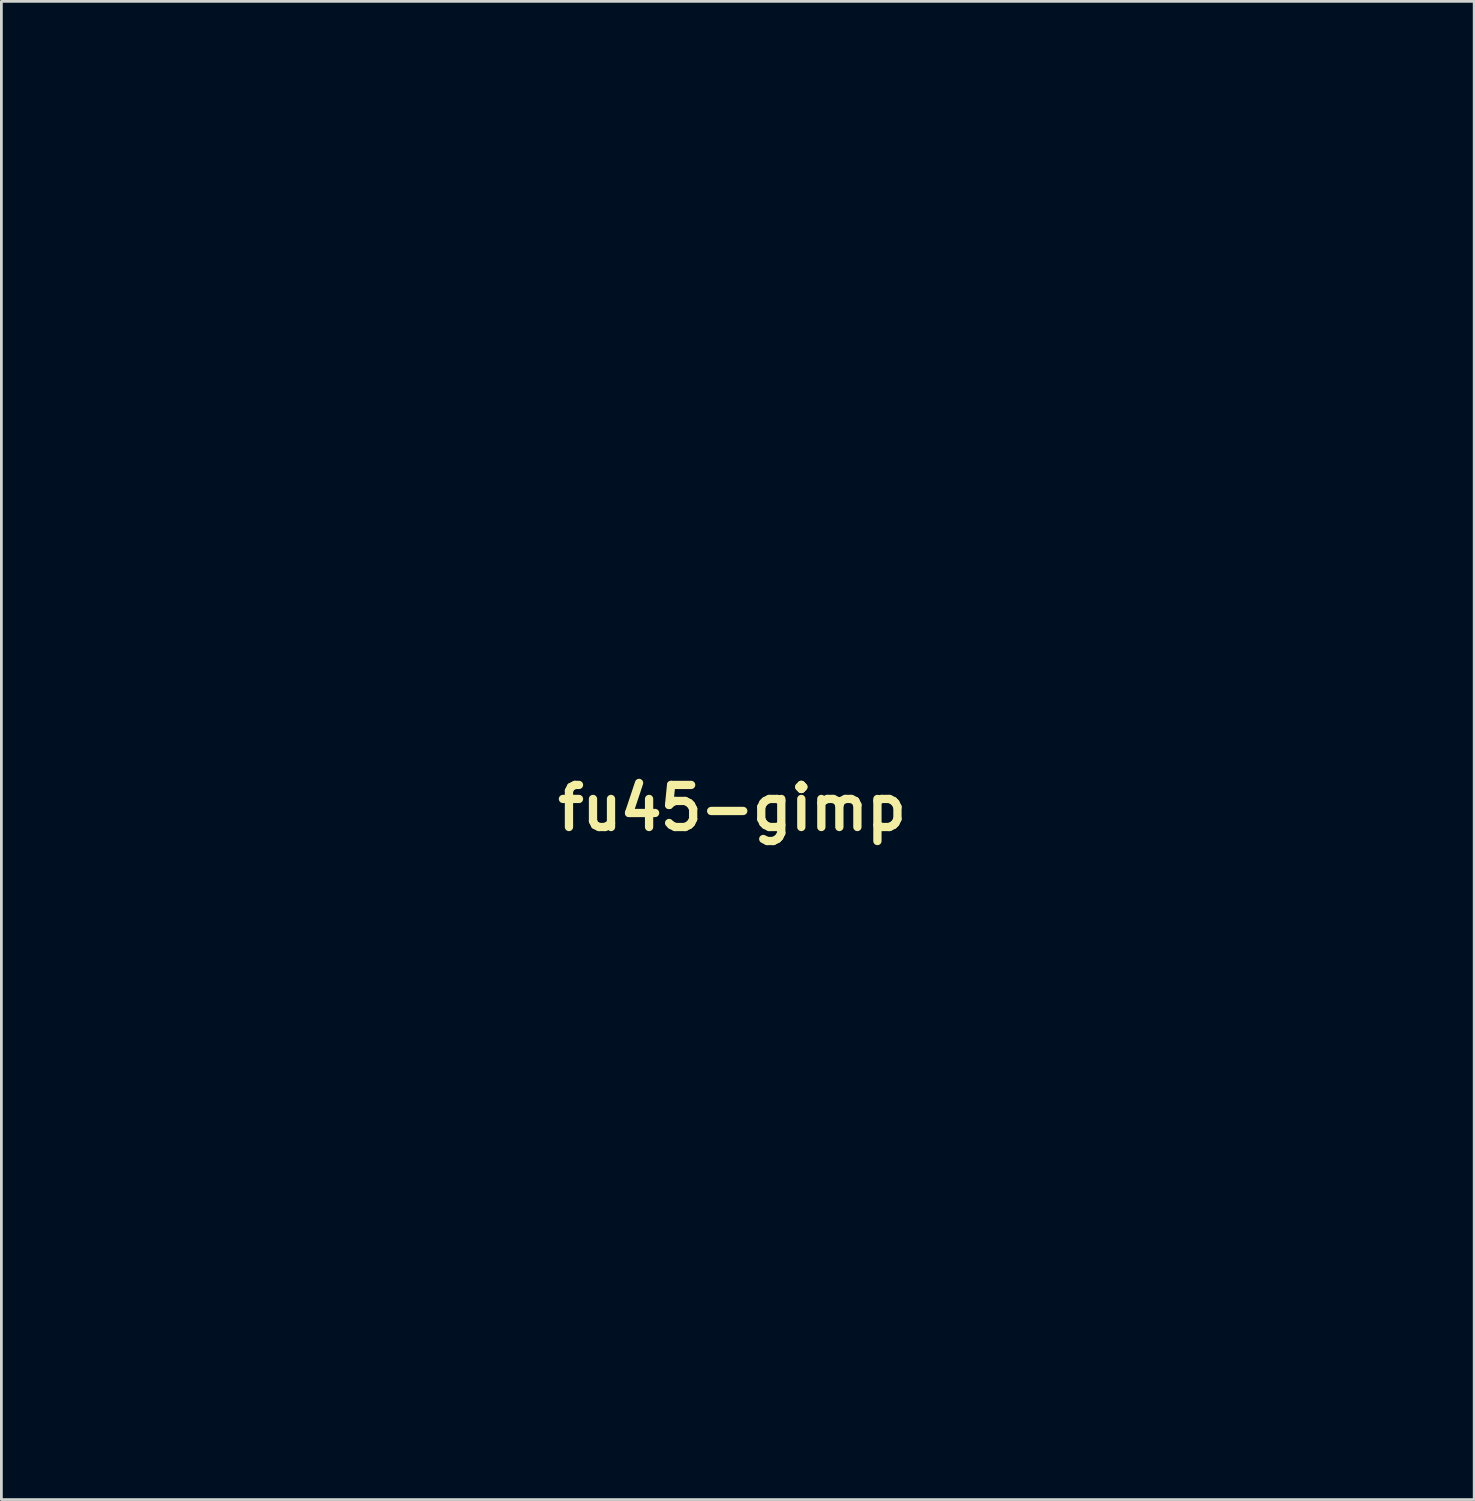
<source format=kicad_pcb>
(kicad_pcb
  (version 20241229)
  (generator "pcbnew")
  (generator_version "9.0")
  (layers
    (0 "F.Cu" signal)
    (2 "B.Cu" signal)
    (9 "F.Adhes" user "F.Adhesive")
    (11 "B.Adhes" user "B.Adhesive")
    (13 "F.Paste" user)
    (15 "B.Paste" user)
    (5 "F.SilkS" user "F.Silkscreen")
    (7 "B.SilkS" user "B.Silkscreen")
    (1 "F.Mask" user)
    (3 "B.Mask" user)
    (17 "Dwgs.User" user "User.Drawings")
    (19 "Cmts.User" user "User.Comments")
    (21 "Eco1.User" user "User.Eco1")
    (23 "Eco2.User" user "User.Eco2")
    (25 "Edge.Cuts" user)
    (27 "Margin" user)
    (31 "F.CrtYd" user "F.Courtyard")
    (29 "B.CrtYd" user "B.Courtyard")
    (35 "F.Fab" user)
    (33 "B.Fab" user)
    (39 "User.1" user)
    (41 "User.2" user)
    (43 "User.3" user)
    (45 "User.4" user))
  (footprint "fu45-gimp"
    (layer "F.Cu")
    (at 23.479 26.224)
    (property "Reference" "fu45-gimp" (at 0 0 0) (layer "F.SilkS") (effects (font (size 1.524 1.524) (thickness 0.3))))
    (attr through_hole)
    (fp_poly (pts (xy -17.568 -21.431) (xy -17.621 -21.378) (xy -17.674 -21.431) (xy -17.621 -21.484)) (stroke (width 0) (type solid)) (fill yes) (layer "F.Mask"))
    (fp_poly (pts (xy -16.828 -20.055) (xy -16.88 -20.003) (xy -16.933 -20.055) (xy -16.88 -20.108)) (stroke (width 0) (type solid)) (fill yes) (layer "F.Mask"))
    (fp_poly (pts (xy -16.828 -18.574) (xy -16.88 -18.521) (xy -16.933 -18.574) (xy -16.88 -18.627)) (stroke (width 0) (type solid)) (fill yes) (layer "F.Mask"))
    (fp_poly (pts (xy -15.24 -20.161) (xy -15.293 -20.108) (xy -15.346 -20.161) (xy -15.293 -20.214)) (stroke (width 0) (type solid)) (fill yes) (layer "F.Mask"))
    (fp_poly (pts (xy -13.229 -24.395) (xy -13.282 -24.342) (xy -13.335 -24.395) (xy -13.282 -24.448)) (stroke (width 0) (type solid)) (fill yes) (layer "F.Mask"))
    (fp_poly (pts (xy -11.324 -22.384) (xy -11.377 -22.331) (xy -11.43 -22.384) (xy -11.377 -22.437)) (stroke (width 0) (type solid)) (fill yes) (layer "F.Mask"))
    (fp_poly (pts (xy -22.366 -8.537) (xy -22.353 -8.412) (xy -22.366 -8.396) (xy -22.429 -8.411) (xy -22.437 -8.467) (xy -22.398 -8.554)) (stroke (width 0) (type solid)) (fill yes) (layer "F.Mask"))
    (fp_poly (pts (xy -22.364 5.589) (xy -22.352 5.755) (xy -22.373 5.792) (xy -22.421 5.761) (xy -22.428 5.653) (xy -22.402 5.54)) (stroke (width 0) (type solid)) (fill yes) (layer "F.Mask"))
    (fp_poly (pts (xy -22.26 -8.855) (xy -22.248 -8.729) (xy -22.26 -8.714) (xy -22.323 -8.728) (xy -22.331 -8.784) (xy -22.292 -8.871)) (stroke (width 0) (type solid)) (fill yes) (layer "F.Mask"))
    (fp_poly (pts (xy -20.673 -26.211) (xy -20.687 -26.148) (xy -20.743 -26.141) (xy -20.83 -26.18) (xy -20.814 -26.211) (xy -20.688 -26.224)) (stroke (width 0) (type solid)) (fill yes) (layer "F.Mask"))
    (fp_poly (pts (xy -15.699 -20.073) (xy -15.713 -20.01) (xy -15.769 -20.003) (xy -15.856 -20.041) (xy -15.84 -20.073) (xy -15.714 -20.086)) (stroke (width 0) (type solid)) (fill yes) (layer "F.Mask"))
    (fp_poly (pts (xy 23.883 -17.639) (xy 23.869 -17.576) (xy 23.812 -17.568) (xy 23.725 -17.607) (xy 23.742 -17.639) (xy 23.868 -17.652)) (stroke (width 0) (type solid)) (fill yes) (layer "F.Mask"))
    (fp_poly (pts (xy -23.314 -3.941) (xy -23.297 -3.665) (xy -23.316 -3.518) (xy -23.345 -3.493) (xy -23.361 -3.645) (xy -23.362 -3.757) (xy -23.352 -3.962) (xy -23.328 -3.993)) (stroke (width 0) (type solid)) (fill yes) (layer "F.Mask"))
    (fp_poly (pts (xy -12.51 1.349) (xy -12.541 2.17) (xy -13.414 2.2) (xy -14.287 2.231) (xy -14.287 8.784) (xy -15.981 8.784) (xy -15.981 2.223) (xy -17.674 2.223) (xy -17.674 0.529) (xy -12.479 0.529)) (stroke (width 0) (type solid)) (fill yes) (layer "F.Mask"))
    (fp_poly (pts (xy 22.855 2.9) (xy 22.856 3.07) (xy 22.832 3.305) (xy 22.789 3.534) (xy 22.751 3.651) (xy 22.702 3.712) (xy 22.7 3.567) (xy 22.721 3.387) (xy 22.766 3.092) (xy 22.808 2.9) (xy 22.822 2.866)) (stroke (width 0) (type solid)) (fill yes) (layer "F.Mask"))
    (fp_poly (pts (xy -23.387 -1.005) (xy -23.367 -0.327) (xy -23.351 0.276) (xy -23.34 0.773) (xy -23.335 1.134) (xy -23.335 1.327) (xy -23.337 1.352) (xy -23.358 1.272) (xy -23.392 1.034) (xy -23.427 0.728) (xy -23.45 0.39) (xy -23.467 -0.104) (xy -23.477 -0.698) (xy -23.479 -1.336) (xy -23.477 -1.629) (xy -23.459 -3.334)) (stroke (width 0) (type solid)) (fill yes) (layer "F.Mask"))
    (fp_poly (pts (xy -23.164 2.117) (xy -23.1 2.452) (xy -23 2.928) (xy -22.878 3.48) (xy -22.755 4.017) (xy -22.628 4.575) (xy -22.542 4.997) (xy -22.497 5.27) (xy -22.495 5.381) (xy -22.536 5.317) (xy -22.622 5.066) (xy -22.687 4.848) (xy -22.954 3.815) (xy -23.136 2.853) (xy -23.21 2.223) (xy -23.264 1.535)) (stroke (width 0) (type solid)) (fill yes) (layer "F.Mask"))
    (fp_poly (pts (xy -22.287 6.027) (xy -22.187 6.235) (xy -22.041 6.571) (xy -21.898 6.919) (xy -21.729 7.35) (xy -21.602 7.704) (xy -21.53 7.938) (xy -21.522 8.01) (xy -21.577 7.939) (xy -21.687 7.708) (xy -21.836 7.358) (xy -21.95 7.071) (xy -22.111 6.643) (xy -22.237 6.286) (xy -22.312 6.048) (xy -22.326 5.98)) (stroke (width 0) (type solid)) (fill yes) (layer "F.Mask"))
    (fp_poly (pts (xy -22.474 -8.092) (xy -22.485 -8.043) (xy -22.625 -7.45) (xy -22.771 -6.809) (xy -22.911 -6.177) (xy -23.034 -5.608) (xy -23.126 -5.158) (xy -23.162 -4.974) (xy -23.266 -4.392) (xy -23.213 -5.027) (xy -23.168 -5.388) (xy -23.088 -5.856) (xy -22.985 -6.382) (xy -22.869 -6.918) (xy -22.75 -7.413) (xy -22.641 -7.82) (xy -22.552 -8.088) (xy -22.522 -8.149) (xy -22.462 -8.215)) (stroke (width 0) (type solid)) (fill yes) (layer "F.Mask"))
    (fp_poly (pts (xy -10.288 -9.763) (xy -10.319 -8.837) (xy -12.677 -8.809) (xy -15.036 -8.78) (xy -15.006 -7.803) (xy -14.984 -7.325) (xy -14.95 -7.024) (xy -14.898 -6.865) (xy -14.82 -6.812) (xy -14.817 -6.812) (xy -14.665 -6.807) (xy -14.337 -6.801) (xy -13.87 -6.796) (xy -13.298 -6.79) (xy -12.657 -6.786) (xy -12.626 -6.786) (xy -10.595 -6.773) (xy -10.615 -5.847) (xy -10.636 -4.921) (xy -12.832 -4.893) (xy -15.028 -4.864) (xy -15.028 -1.27) (xy -17.357 -1.27) (xy -17.357 -10.689) (xy -10.258 -10.689)) (stroke (width 0) (type solid)) (fill yes) (layer "F.Mask"))
    (fp_poly (pts (xy 22.641 4.034) (xy 22.612 4.279) (xy 22.521 4.664) (xy 22.378 5.158) (xy 22.196 5.728) (xy 21.987 6.34) (xy 21.763 6.963) (xy 21.535 7.563) (xy 21.316 8.107) (xy 21.118 8.563) (xy 20.952 8.898) (xy 20.83 9.079) (xy 20.791 9.102) (xy 20.796 9.021) (xy 20.879 8.824) (xy 20.886 8.811) (xy 21.036 8.488) (xy 21.232 8.027) (xy 21.451 7.485) (xy 21.669 6.923) (xy 21.865 6.398) (xy 22.015 5.97) (xy 22.077 5.768) (xy 22.275 5.069) (xy 22.434 4.539) (xy 22.55 4.187) (xy 22.62 4.022)) (stroke (width 0) (type solid)) (fill yes) (layer "F.Mask"))
    (fp_poly (pts (xy 22.691 -6.66) (xy 22.733 -6.537) (xy 22.802 -6.25) (xy 22.889 -5.839) (xy 22.984 -5.348) (xy 22.987 -5.337) (xy 23.061 -4.914) (xy 23.117 -4.52) (xy 23.158 -4.118) (xy 23.187 -3.67) (xy 23.204 -3.137) (xy 23.212 -2.482) (xy 23.213 -1.668) (xy 23.212 -1.323) (xy 23.206 -0.359) (xy 23.191 0.419) (xy 23.168 1.035) (xy 23.134 1.517) (xy 23.089 1.888) (xy 23.045 2.117) (xy 22.964 2.442) (xy 22.902 2.647) (xy 22.873 2.69) (xy 22.873 2.687) (xy 22.88 2.544) (xy 22.908 2.232) (xy 22.954 1.794) (xy 23.012 1.271) (xy 23.032 1.1) (xy 23.157 -0.73) (xy 23.123 -2.691) (xy 22.928 -4.787) (xy 22.693 -6.35) (xy 22.667 -6.575) (xy 22.681 -6.664)) (stroke (width 0) (type solid)) (fill yes) (layer "F.Mask"))
    (fp_poly (pts (xy -4.002 0.551) (xy -3.122 0.582) (xy -3.065 3.704) (xy -3.05 4.494) (xy -3.035 5.213) (xy -3.02 5.833) (xy -3.007 6.329) (xy -2.996 6.674) (xy -2.988 6.842) (xy -2.986 6.854) (xy -2.89 6.922) (xy -2.68 7.055) (xy -2.619 7.092) (xy -2.125 7.275) (xy -1.588 7.271) (xy -1.325 7.197) (xy -1.165 7.121) (xy -1.037 7.01) (xy -0.938 6.842) (xy -0.863 6.597) (xy -0.81 6.25) (xy -0.774 5.78) (xy -0.753 5.164) (xy -0.743 4.381) (xy -0.741 3.439) (xy -0.741 0.521) (xy 0.132 0.551) (xy 1.005 0.582) (xy 1.001 3.598) (xy 0.998 4.482) (xy 0.994 5.182) (xy 0.985 5.726) (xy 0.97 6.142) (xy 0.947 6.457) (xy 0.914 6.699) (xy 0.869 6.896) (xy 0.811 7.076) (xy 0.758 7.213) (xy 0.395 7.861) (xy -0.112 8.374) (xy -0.733 8.74) (xy -1.439 8.946) (xy -2.202 8.979) (xy -2.967 8.833) (xy -3.563 8.547) (xy -4.088 8.097) (xy -4.491 7.531) (xy -4.562 7.386) (xy -4.635 7.219) (xy -4.692 7.057) (xy -4.737 6.873) (xy -4.77 6.64) (xy -4.795 6.333) (xy -4.813 5.924) (xy -4.827 5.388) (xy -4.837 4.696) (xy -4.847 3.824) (xy -4.849 3.673) (xy -4.883 0.52)) (stroke (width 0) (type solid)) (fill yes) (layer "F.Mask"))
    (fp_poly (pts (xy 13.626 0.64) (xy 14.455 0.648) (xy 15.103 0.671) (xy 15.6 0.715) (xy 15.978 0.784) (xy 16.267 0.883) (xy 16.498 1.017) (xy 16.634 1.128) (xy 16.966 1.56) (xy 17.19 2.127) (xy 17.304 2.782) (xy 17.304 3.476) (xy 17.187 4.16) (xy 16.952 4.787) (xy 16.848 4.974) (xy 16.555 5.366) (xy 16.21 5.649) (xy 15.774 5.84) (xy 15.207 5.956) (xy 14.478 6.013) (xy 13.335 6.06) (xy 13.335 8.784) (xy 12.559 8.784) (xy 12.172 8.775) (xy 11.872 8.751) (xy 11.718 8.718) (xy 11.712 8.714) (xy 11.696 8.595) (xy 11.682 8.289) (xy 11.669 7.818) (xy 11.658 7.207) (xy 11.65 6.477) (xy 11.644 5.655) (xy 11.642 4.762) (xy 11.642 4.639) (xy 11.642 4.573) (xy 13.335 4.573) (xy 14.179 4.535) (xy 14.631 4.505) (xy 14.929 4.454) (xy 15.127 4.369) (xy 15.261 4.26) (xy 15.4 4.073) (xy 15.484 3.818) (xy 15.53 3.431) (xy 15.538 3.3) (xy 15.552 2.899) (xy 15.528 2.639) (xy 15.451 2.449) (xy 15.314 2.269) (xy 15.164 2.114) (xy 15.005 2.018) (xy 14.777 1.964) (xy 14.424 1.933) (xy 14.192 1.922) (xy 13.335 1.883) (xy 13.335 4.573) (xy 11.642 4.573) (xy 11.642 0.635)) (stroke (width 0) (type solid)) (fill yes) (layer "F.Mask"))
    (fp_poly (pts (xy 11.324 -8.821) (xy 11.325 -8.154) (xy 11.33 -7.672) (xy 11.341 -7.352) (xy 11.362 -7.166) (xy 11.396 -7.09) (xy 11.444 -7.097) (xy 11.509 -7.162) (xy 11.634 -7.302) (xy 11.874 -7.574) (xy 12.207 -7.949) (xy 12.608 -8.402) (xy 13.052 -8.904) (xy 13.164 -9.03) (xy 14.634 -10.689) (xy 17.473 -10.689) (xy 15.923 -9.022) (xy 15.463 -8.524) (xy 15.053 -8.074) (xy 14.713 -7.697) (xy 14.468 -7.416) (xy 14.337 -7.256) (xy 14.323 -7.233) (xy 14.345 -7.076) (xy 14.459 -6.824) (xy 14.531 -6.703) (xy 14.706 -6.421) (xy 14.951 -6.016) (xy 15.25 -5.517) (xy 15.585 -4.95) (xy 15.942 -4.345) (xy 16.304 -3.728) (xy 16.654 -3.126) (xy 16.977 -2.569) (xy 17.257 -2.082) (xy 17.477 -1.694) (xy 17.622 -1.433) (xy 17.674 -1.325) (xy 17.674 -1.325) (xy 17.575 -1.304) (xy 17.304 -1.287) (xy 16.902 -1.275) (xy 16.409 -1.27) (xy 16.353 -1.27) (xy 15.032 -1.27) (xy 14.753 -1.82) (xy 14.549 -2.206) (xy 14.336 -2.581) (xy 14.236 -2.746) (xy 14.091 -2.985) (xy 13.874 -3.358) (xy 13.612 -3.814) (xy 13.336 -4.303) (xy 13.334 -4.308) (xy 12.67 -5.495) (xy 11.333 -4.075) (xy 11.329 -2.672) (xy 11.324 -1.27) (xy 9.207 -1.27) (xy 9.207 -10.689) (xy 11.324 -10.689)) (stroke (width 0) (type solid)) (fill yes) (layer "F.Mask"))
    (fp_poly (pts (xy -7.197 -7.22) (xy -7.196 -6.229) (xy -7.193 -5.426) (xy -7.182 -4.792) (xy -7.162 -4.301) (xy -7.128 -3.934) (xy -7.077 -3.667) (xy -7.006 -3.479) (xy -6.91 -3.346) (xy -6.788 -3.247) (xy -6.634 -3.16) (xy -6.56 -3.121) (xy -6.242 -3.025) (xy -5.806 -2.975) (xy -5.335 -2.973) (xy -4.914 -3.02) (xy -4.662 -3.097) (xy -4.439 -3.275) (xy -4.22 -3.545) (xy -4.186 -3.599) (xy -4.126 -3.712) (xy -4.077 -3.841) (xy -4.039 -4.009) (xy -4.009 -4.24) (xy -3.986 -4.558) (xy -3.969 -4.988) (xy -3.956 -5.554) (xy -3.945 -6.28) (xy -3.934 -7.189) (xy -3.932 -7.329) (xy -3.896 -10.689) (xy -1.587 -10.689) (xy -1.591 -7.752) (xy -1.595 -6.942) (xy -1.605 -6.165) (xy -1.621 -5.455) (xy -1.64 -4.851) (xy -1.662 -4.387) (xy -1.686 -4.109) (xy -1.88 -3.259) (xy -2.23 -2.549) (xy -2.739 -1.974) (xy -3.411 -1.531) (xy -4.251 -1.215) (xy -4.729 -1.104) (xy -5.2 -1.019) (xy -5.55 -0.978) (xy -5.865 -0.979) (xy -6.23 -1.021) (xy -6.557 -1.073) (xy -7.375 -1.29) (xy -8.098 -1.643) (xy -8.693 -2.11) (xy -9.126 -2.671) (xy -9.184 -2.78) (xy -9.304 -3.046) (xy -9.402 -3.329) (xy -9.478 -3.654) (xy -9.536 -4.046) (xy -9.577 -4.532) (xy -9.605 -5.135) (xy -9.622 -5.882) (xy -9.63 -6.798) (xy -9.631 -7.529) (xy -9.631 -10.689) (xy -7.197 -10.689)) (stroke (width 0) (type solid)) (fill yes) (layer "F.Mask"))
    (fp_poly (pts (xy -9.71 0.548) (xy -8.929 0.565) (xy -8.326 0.591) (xy -7.869 0.633) (xy -7.525 0.698) (xy -7.261 0.793) (xy -7.043 0.924) (xy -6.839 1.1) (xy -6.772 1.165) (xy -6.456 1.607) (xy -6.22 2.186) (xy -6.078 2.838) (xy -6.044 3.5) (xy -6.13 4.101) (xy -6.271 4.424) (xy -6.506 4.782) (xy -6.784 5.109) (xy -7.055 5.345) (xy -7.191 5.416) (xy -7.254 5.451) (xy -7.278 5.523) (xy -7.255 5.656) (xy -7.176 5.878) (xy -7.031 6.212) (xy -6.81 6.684) (xy -6.506 7.319) (xy -6.489 7.355) (xy -6.272 7.816) (xy -6.094 8.213) (xy -5.973 8.506) (xy -5.927 8.651) (xy -5.927 8.652) (xy -5.997 8.722) (xy -6.221 8.764) (xy -6.624 8.783) (xy -6.833 8.784) (xy -7.739 8.784) (xy -8.032 8.123) (xy -8.225 7.688) (xy -8.455 7.167) (xy -8.674 6.669) (xy -8.687 6.641) (xy -9.049 5.821) (xy -9.496 5.821) (xy -9.942 5.821) (xy -9.972 7.276) (xy -10.001 8.731) (xy -10.8 8.762) (xy -11.193 8.767) (xy -11.5 8.754) (xy -11.664 8.724) (xy -11.673 8.718) (xy -11.69 8.599) (xy -11.705 8.291) (xy -11.718 7.819) (xy -11.73 7.206) (xy -11.739 6.474) (xy -11.745 5.648) (xy -11.747 4.751) (xy -11.748 4.578) (xy -11.748 4.362) (xy -9.948 4.362) (xy -9.091 4.323) (xy -8.648 4.295) (xy -8.363 4.251) (xy -8.182 4.177) (xy -8.052 4.058) (xy -8.036 4.039) (xy -7.806 3.598) (xy -7.77 3.107) (xy -7.9 2.677) (xy -8.096 2.275) (xy -9.022 2.245) (xy -9.948 2.214) (xy -9.948 4.362) (xy -11.748 4.362) (xy -11.748 0.513)) (stroke (width 0) (type solid)) (fill yes) (layer "F.Mask"))
    (fp_poly (pts (xy 4.278 0.533) (xy 4.632 0.547) (xy 4.848 0.577) (xy 4.962 0.629) (xy 5.011 0.708) (xy 5.013 0.714) (xy 5.076 0.955) (xy 5.178 1.382) (xy 5.321 2.002) (xy 5.506 2.819) (xy 5.716 3.757) (xy 5.842 4.324) (xy 5.959 4.846) (xy 6.055 5.276) (xy 6.12 5.562) (xy 6.13 5.609) (xy 6.198 5.821) (xy 6.258 5.847) (xy 6.271 5.821) (xy 6.316 5.655) (xy 6.399 5.316) (xy 6.512 4.834) (xy 6.648 4.243) (xy 6.799 3.575) (xy 6.958 2.862) (xy 7.118 2.138) (xy 7.211 1.709) (xy 7.327 1.227) (xy 7.442 0.849) (xy 7.541 0.614) (xy 7.59 0.559) (xy 7.752 0.543) (xy 8.071 0.544) (xy 8.491 0.563) (xy 8.734 0.58) (xy 9.737 0.655) (xy 9.737 8.784) (xy 8.361 8.784) (xy 8.351 5.9) (xy 8.347 4.993) (xy 8.34 4.293) (xy 8.325 3.798) (xy 8.299 3.502) (xy 8.258 3.402) (xy 8.198 3.494) (xy 8.116 3.774) (xy 8.008 4.239) (xy 7.87 4.884) (xy 7.782 5.304) (xy 7.656 5.896) (xy 7.519 6.513) (xy 7.392 7.068) (xy 7.32 7.368) (xy 7.213 7.803) (xy 7.118 8.192) (xy 7.054 8.463) (xy 7.047 8.493) (xy 7.002 8.645) (xy 6.92 8.732) (xy 6.75 8.772) (xy 6.441 8.784) (xy 6.239 8.784) (xy 5.781 8.766) (xy 5.524 8.712) (xy 5.459 8.652) (xy 5.424 8.507) (xy 5.348 8.188) (xy 5.24 7.727) (xy 5.107 7.154) (xy 4.956 6.503) (xy 4.794 5.804) (xy 4.63 5.091) (xy 4.469 4.393) (xy 4.321 3.745) (xy 4.312 3.704) (xy 4.058 2.593) (xy 4.108 5.689) (xy 4.157 8.784) (xy 2.54 8.784) (xy 2.54 0.529) (xy 3.75 0.529)) (stroke (width 0) (type solid)) (fill yes) (layer "F.Mask"))
    (fp_poly (pts (xy 4.72 -10.96) (xy 5.59 -10.781) (xy 6.411 -10.423) (xy 7.151 -9.888) (xy 7.163 -9.877) (xy 7.478 -9.552) (xy 7.755 -9.199) (xy 7.955 -8.873) (xy 8.042 -8.629) (xy 8.043 -8.611) (xy 7.954 -8.508) (xy 7.723 -8.35) (xy 7.402 -8.162) (xy 7.042 -7.974) (xy 6.696 -7.81) (xy 6.417 -7.7) (xy 6.255 -7.669) (xy 6.243 -7.673) (xy 6.143 -7.827) (xy 6.138 -7.869) (xy 6.054 -8.056) (xy 5.836 -8.301) (xy 5.535 -8.562) (xy 5.204 -8.795) (xy 4.894 -8.956) (xy 4.794 -8.99) (xy 4.192 -9.045) (xy 3.615 -8.9) (xy 3.104 -8.569) (xy 3.018 -8.486) (xy 2.721 -8.151) (xy 2.512 -7.826) (xy 2.375 -7.461) (xy 2.294 -7.007) (xy 2.251 -6.411) (xy 2.241 -6.125) (xy 2.23 -5.567) (xy 2.238 -5.166) (xy 2.273 -4.864) (xy 2.339 -4.608) (xy 2.438 -4.353) (xy 2.687 -3.914) (xy 3.024 -3.508) (xy 3.393 -3.189) (xy 3.744 -3.01) (xy 3.759 -3.006) (xy 4.019 -2.976) (xy 4.388 -2.974) (xy 4.625 -2.987) (xy 4.96 -3.028) (xy 5.201 -3.108) (xy 5.424 -3.268) (xy 5.706 -3.548) (xy 5.714 -3.556) (xy 5.973 -3.841) (xy 6.169 -4.082) (xy 6.258 -4.221) (xy 6.331 -4.268) (xy 6.511 -4.226) (xy 6.824 -4.086) (xy 7.148 -3.918) (xy 7.531 -3.71) (xy 7.842 -3.536) (xy 8.033 -3.422) (xy 8.068 -3.397) (xy 8.06 -3.274) (xy 7.942 -3.043) (xy 7.746 -2.749) (xy 7.506 -2.441) (xy 7.255 -2.164) (xy 7.071 -1.998) (xy 6.25 -1.492) (xy 5.309 -1.155) (xy 5.095 -1.105) (xy 4.607 -1.011) (xy 4.227 -0.973) (xy 3.864 -0.991) (xy 3.428 -1.065) (xy 3.202 -1.113) (xy 2.302 -1.408) (xy 1.527 -1.871) (xy 0.887 -2.495) (xy 0.39 -3.272) (xy 0.319 -3.423) (xy -0.027 -4.416) (xy -0.198 -5.438) (xy -0.197 -6.457) (xy -0.03 -7.444) (xy 0.298 -8.369) (xy 0.782 -9.2) (xy 1.402 -9.894) (xy 2.143 -10.428) (xy 2.964 -10.784) (xy 3.834 -10.961)) (stroke (width 0) (type solid)) (fill yes) (layer "F.Mask"))
    (fp_poly (pts (xy -21.401 8.268) (xy -21.268 8.493) (xy -21.083 8.833) (xy -20.913 9.16) (xy -20.403 10.16) (xy 20.172 10.16) (xy 20.41 9.671) (xy 20.553 9.406) (xy 20.663 9.253) (xy 20.702 9.237) (xy 20.688 9.353) (xy 20.595 9.597) (xy 20.482 9.836) (xy 20.343 10.147) (xy 20.269 10.387) (xy 20.27 10.481) (xy 20.247 10.572) (xy 20.188 10.583) (xy 20.065 10.667) (xy 19.87 10.887) (xy 19.638 11.203) (xy 19.575 11.298) (xy 18.25 13.154) (xy 16.831 14.822) (xy 15.318 16.299) (xy 13.711 17.588) (xy 12.776 18.224) (xy 12.469 18.412) (xy 12.071 18.647) (xy 11.622 18.905) (xy 11.16 19.165) (xy 10.724 19.405) (xy 10.354 19.604) (xy 10.087 19.74) (xy 9.964 19.791) (xy 9.964 19.791) (xy 9.833 19.834) (xy 9.569 19.947) (xy 9.228 20.107) (xy 9.217 20.112) (xy 8.301 20.505) (xy 7.221 20.881) (xy 6.024 21.228) (xy 4.757 21.533) (xy 3.466 21.783) (xy 2.963 21.863) (xy 2.244 21.945) (xy 1.384 22.007) (xy 0.451 22.044) (xy -0.483 22.057) (xy -1.351 22.042) (xy -2.064 22) (xy -2.595 21.944) (xy -3.2 21.865) (xy -3.825 21.774) (xy -4.415 21.678) (xy -4.918 21.586) (xy -5.278 21.505) (xy -5.345 21.487) (xy -5.598 21.414) (xy -5.982 21.307) (xy -6.421 21.188) (xy -6.509 21.164) (xy -7.754 20.789) (xy -8.913 20.356) (xy -9.496 20.1) (xy -9.832 19.946) (xy -10.086 19.835) (xy -10.205 19.791) (xy -10.205 19.791) (xy -10.314 19.74) (xy -10.552 19.608) (xy -10.868 19.421) (xy -10.869 19.421) (xy -11.202 19.232) (xy -11.477 19.099) (xy -11.629 19.05) (xy -11.789 18.992) (xy -12.052 18.84) (xy -12.291 18.68) (xy -12.577 18.482) (xy -12.793 18.348) (xy -12.88 18.309) (xy -13.023 18.247) (xy -13.293 18.077) (xy -13.653 17.825) (xy -14.064 17.518) (xy -14.404 17.251) (xy -14.779 16.95) (xy -15.158 16.645) (xy -15.418 16.436) (xy -15.976 15.944) (xy -16.609 15.318) (xy -17.279 14.6) (xy -17.45 14.402) (xy -9.026 14.402) (xy -8.349 14.89) (xy -8.027 15.122) (xy -7.777 15.304) (xy -7.644 15.401) (xy -7.635 15.408) (xy -7.646 15.516) (xy -7.714 15.769) (xy -7.82 16.101) (xy -7.971 16.596) (xy -8.038 16.929) (xy -8.019 17.09) (xy -7.913 17.068) (xy -7.911 17.067) (xy -7.758 16.949) (xy -7.5 16.752) (xy -7.268 16.577) (xy -6.979 16.372) (xy -6.752 16.233) (xy -6.651 16.192) (xy -6.522 16.253) (xy -6.276 16.413) (xy -5.964 16.641) (xy -5.912 16.68) (xy -5.604 16.907) (xy -5.366 17.064) (xy -5.24 17.123) (xy -5.233 17.121) (xy -5.242 17.006) (xy -5.31 16.744) (xy -5.421 16.386) (xy -5.451 16.298) (xy -5.576 15.927) (xy -5.669 15.643) (xy -5.713 15.498) (xy -5.715 15.49) (xy -5.637 15.416) (xy -5.428 15.248) (xy -5.129 15.016) (xy -5.011 14.926) (xy -4.378 14.446) (xy -2.064 14.446) (xy -1.403 14.922) (xy -1.091 15.154) (xy -0.895 15.341) (xy -0.806 15.534) (xy -0.813 15.782) (xy -0.908 16.134) (xy -1.07 16.612) (xy -1.178 16.928) (xy -1.25 17.148) (xy -1.27 17.217) (xy -1.192 17.171) (xy -0.985 17.025) (xy -0.686 16.807) (xy -0.567 16.718) (xy -0.231 16.476) (xy 0.044 16.292) (xy 0.213 16.199) (xy 0.237 16.192) (xy 0.364 16.253) (xy 0.609 16.412) (xy 0.921 16.637) (xy 0.973 16.676) (xy 1.283 16.9) (xy 1.527 17.052) (xy 1.658 17.105) (xy 1.666 17.102) (xy 1.668 16.977) (xy 1.606 16.727) (xy 1.56 16.592) (xy 1.383 16.106) (xy 1.277 15.774) (xy 1.25 15.549) (xy 1.31 15.383) (xy 1.467 15.228) (xy 1.73 15.036) (xy 1.859 14.944) (xy 2.546 14.446) (xy 4.818 14.446) (xy 5.518 14.945) (xy 6.218 15.444) (xy 5.966 16.211) (xy 5.821 16.667) (xy 5.741 16.954) (xy 5.718 17.103) (xy 5.744 17.145) (xy 5.835 17.086) (xy 6.052 16.931) (xy 6.35 16.711) (xy 6.405 16.67) (xy 6.722 16.44) (xy 6.975 16.271) (xy 7.116 16.195) (xy 7.125 16.194) (xy 7.246 16.251) (xy 7.491 16.403) (xy 7.811 16.621) (xy 7.892 16.678) (xy 8.208 16.893) (xy 8.445 17.036) (xy 8.564 17.083) (xy 8.571 17.075) (xy 8.541 16.935) (xy 8.463 16.655) (xy 8.359 16.315) (xy 8.251 15.952) (xy 8.176 15.659) (xy 8.149 15.51) (xy 8.23 15.389) (xy 8.445 15.191) (xy 8.75 14.955) (xy 8.811 14.911) (xy 9.472 14.446) (xy 8.678 14.415) (xy 8.281 14.386) (xy 7.963 14.34) (xy 7.788 14.285) (xy 7.779 14.278) (xy 7.697 14.133) (xy 7.575 13.842) (xy 7.435 13.462) (xy 7.399 13.357) (xy 7.125 12.541) (xy 6.881 13.361) (xy 6.752 13.758) (xy 6.628 14.078) (xy 6.532 14.263) (xy 6.515 14.282) (xy 6.355 14.335) (xy 6.047 14.382) (xy 5.654 14.413) (xy 5.606 14.415) (xy 4.818 14.446) (xy 2.546 14.446) (xy 0.809 14.34) (xy 0.557 13.509) (xy 0.433 13.138) (xy 0.324 12.871) (xy 0.248 12.75) (xy 0.232 12.75) (xy 0.164 12.88) (xy 0.051 13.154) (xy -0.083 13.519) (xy -0.106 13.582) (xy -0.37 14.34) (xy -1.217 14.393) (xy -2.064 14.446) (xy -4.378 14.446) (xy -4.308 14.393) (xy -5.091 14.392) (xy -5.492 14.379) (xy -5.819 14.348) (xy -6.006 14.305) (xy -6.015 14.301) (xy -6.109 14.163) (xy -6.233 13.875) (xy -6.365 13.492) (xy -6.4 13.376) (xy -6.523 12.999) (xy -6.626 12.758) (xy -6.696 12.684) (xy -6.709 12.7) (xy -6.771 12.875) (xy -6.876 13.187) (xy -7.002 13.57) (xy -7.011 13.6) (xy -7.25 14.34) (xy -8.138 14.371) (xy -9.026 14.402) (xy -17.45 14.402) (xy -17.946 13.833) (xy -18.573 13.062) (xy -19.121 12.33) (xy -19.404 11.915) (xy -19.743 11.382) (xy -20.091 10.81) (xy -20.432 10.23) (xy -20.75 9.67) (xy -21.028 9.16) (xy -21.251 8.729) (xy -21.402 8.408) (xy -21.464 8.224) (xy -21.46 8.196)) (stroke (width 0) (type solid)) (fill yes) (layer "F.Mask"))
    (fp_poly (pts (xy 0.617 -24.888) (xy 1.282 -24.877) (xy 1.83 -24.856) (xy 2.308 -24.82) (xy 2.764 -24.767) (xy 3.245 -24.693) (xy 3.651 -24.622) (xy 5.036 -24.341) (xy 6.349 -24.015) (xy 7.556 -23.653) (xy 8.624 -23.267) (xy 9.518 -22.865) (xy 9.63 -22.807) (xy 9.835 -22.701) (xy 10.176 -22.529) (xy 10.598 -22.316) (xy 10.901 -22.164) (xy 11.358 -21.928) (xy 11.779 -21.696) (xy 12.104 -21.502) (xy 12.234 -21.414) (xy 12.462 -21.255) (xy 12.616 -21.171) (xy 12.635 -21.167) (xy 12.78 -21.1) (xy 13.054 -20.916) (xy 13.429 -20.636) (xy 13.878 -20.285) (xy 14.373 -19.885) (xy 14.884 -19.459) (xy 15.383 -19.03) (xy 15.843 -18.621) (xy 16.236 -18.255) (xy 16.358 -18.135) (xy 16.722 -17.762) (xy 17.115 -17.342) (xy 17.504 -16.913) (xy 17.857 -16.511) (xy 18.14 -16.174) (xy 18.32 -15.939) (xy 18.353 -15.887) (xy 18.472 -15.714) (xy 18.522 -15.663) (xy 18.613 -15.556) (xy 18.789 -15.322) (xy 19.015 -15.006) (xy 19.06 -14.941) (xy 20.044 -13.389) (xy 20.934 -11.703) (xy 21.702 -9.947) (xy 22.319 -8.184) (xy 22.546 -7.379) (xy 22.632 -7.021) (xy 22.657 -6.849) (xy 22.631 -6.847) (xy 22.561 -7.001) (xy 22.458 -7.295) (xy 22.328 -7.714) (xy 22.3 -7.813) (xy 22.071 -8.546) (xy 21.79 -9.347) (xy 21.48 -10.157) (xy 21.163 -10.918) (xy 20.863 -11.572) (xy 20.677 -11.933) (xy 20.31 -12.594) (xy -20.585 -12.591) (xy -21.088 -11.561) (xy -21.342 -11.027) (xy -21.601 -10.458) (xy -21.826 -9.943) (xy -21.911 -9.737) (xy -22.047 -9.416) (xy -22.139 -9.233) (xy -22.173 -9.212) (xy -22.167 -9.26) (xy -22.075 -9.565) (xy -21.899 -10.018) (xy -21.657 -10.58) (xy -21.367 -11.214) (xy -21.048 -11.883) (xy -20.718 -12.547) (xy -20.393 -13.171) (xy -20.094 -13.715) (xy -19.837 -14.141) (xy -19.822 -14.165) (xy -19.096 -15.225) (xy -18.363 -16.186) (xy -17.579 -17.094) (xy -16.703 -17.997) (xy -16.653 -18.045) (xy -9.049 -18.045) (xy -8.414 -17.58) (xy -8.095 -17.345) (xy -7.844 -17.158) (xy -7.709 -17.054) (xy -7.703 -17.049) (xy -7.697 -16.924) (xy -7.749 -16.652) (xy -7.849 -16.286) (xy -7.879 -16.191) (xy -7.993 -15.815) (xy -8.07 -15.525) (xy -8.098 -15.374) (xy -8.096 -15.364) (xy -7.975 -15.381) (xy -7.735 -15.509) (xy -7.417 -15.725) (xy -7.126 -15.95) (xy -6.685 -16.31) (xy -5.962 -15.778) (xy -5.632 -15.548) (xy -5.374 -15.389) (xy -5.227 -15.327) (xy -5.209 -15.333) (xy -5.228 -15.468) (xy -5.307 -15.745) (xy -5.428 -16.11) (xy -5.455 -16.186) (xy -5.582 -16.553) (xy -5.668 -16.834) (xy -5.699 -16.977) (xy -5.697 -16.986) (xy -5.602 -17.06) (xy -5.379 -17.229) (xy -5.072 -17.459) (xy -4.974 -17.532) (xy -4.286 -18.045) (xy -2.17 -18.045) (xy -1.455 -17.533) (xy -1.128 -17.29) (xy -0.879 -17.091) (xy -0.751 -16.968) (xy -0.742 -16.951) (xy -0.773 -16.815) (xy -0.851 -16.542) (xy -0.956 -16.198) (xy -1.069 -15.847) (xy -1.168 -15.553) (xy -1.221 -15.412) (xy -1.264 -15.286) (xy -1.216 -15.277) (xy -1.036 -15.383) (xy -0.995 -15.408) (xy -0.727 -15.588) (xy -0.392 -15.826) (xy -0.224 -15.95) (xy 0.239 -16.296) (xy 0.516 -16.083) (xy 0.965 -15.747) (xy 1.326 -15.496) (xy 1.575 -15.345) (xy 1.689 -15.308) (xy 1.693 -15.318) (xy 1.662 -15.455) (xy 1.58 -15.736) (xy 1.464 -16.105) (xy 1.441 -16.175) (xy 1.189 -16.944) (xy 1.559 -17.23) (xy 1.885 -17.484) (xy 2.208 -17.741) (xy 2.256 -17.78) (xy 2.544 -18.014) (xy 4.869 -18.014) (xy 4.949 -17.92) (xy 5.16 -17.74) (xy 5.457 -17.511) (xy 5.504 -17.477) (xy 5.812 -17.236) (xy 6.037 -17.029) (xy 6.137 -16.895) (xy 6.138 -16.885) (xy 6.106 -16.721) (xy 6.021 -16.428) (xy 5.927 -16.14) (xy 5.793 -15.735) (xy 5.729 -15.491) (xy 5.728 -15.374) (xy 5.775 -15.346) (xy 5.884 -15.403) (xy 6.118 -15.555) (xy 6.43 -15.77) (xy 6.497 -15.818) (xy 7.159 -16.29) (xy 7.786 -15.819) (xy 8.183 -15.528) (xy 8.43 -15.378) (xy 8.546 -15.377) (xy 8.548 -15.537) (xy 8.453 -15.866) (xy 8.361 -16.14) (xy 8.248 -16.487) (xy 8.171 -16.764) (xy 8.149 -16.888) (xy 8.229 -17.011) (xy 8.441 -17.212) (xy 8.741 -17.451) (xy 8.781 -17.48) (xy 9.088 -17.712) (xy 9.313 -17.902) (xy 9.414 -18.011) (xy 9.416 -18.018) (xy 9.32 -18.055) (xy 9.063 -18.083) (xy 8.694 -18.097) (xy 8.581 -18.098) (xy 7.743 -18.098) (xy 7.459 -18.951) (xy 7.324 -19.327) (xy 7.207 -19.602) (xy 7.126 -19.734) (xy 7.108 -19.737) (xy 7.047 -19.609) (xy 6.949 -19.333) (xy 6.833 -18.966) (xy 6.816 -18.91) (xy 6.593 -18.15) (xy 5.731 -18.12) (xy 5.334 -18.097) (xy 5.033 -18.064) (xy 4.88 -18.026) (xy 4.869 -18.014) (xy 2.544 -18.014) (xy 2.582 -18.045) (xy 1.688 -18.098) (xy 0.794 -18.15) (xy 0.517 -18.997) (xy 0.386 -19.386) (xy 0.287 -19.614) (xy 0.202 -19.673) (xy 0.115 -19.553) (xy 0.005 -19.247) (xy -0.144 -18.747) (xy -0.161 -18.687) (xy -0.33 -18.106) (xy -2.17 -18.045) (xy -4.286 -18.045) (xy -5.2 -18.075) (xy -6.114 -18.105) (xy -6.356 -18.943) (xy -6.476 -19.32) (xy -6.583 -19.597) (xy -6.661 -19.728) (xy -6.678 -19.732) (xy -6.743 -19.613) (xy -6.846 -19.344) (xy -6.966 -18.978) (xy -6.991 -18.894) (xy -7.225 -18.105) (xy -8.137 -18.075) (xy -9.049 -18.045) (xy -16.653 -18.045) (xy -15.693 -18.944) (xy -15.457 -19.156) (xy -15.101 -19.474) (xy -14.785 -19.758) (xy -14.556 -19.965) (xy -14.486 -20.029) (xy -14.302 -20.17) (xy -14.195 -20.214) (xy -14.059 -20.287) (xy -13.957 -20.389) (xy -13.76 -20.563) (xy -13.406 -20.811) (xy -12.93 -21.116) (xy -12.365 -21.458) (xy -11.743 -21.819) (xy -11.1 -22.179) (xy -10.467 -22.521) (xy -9.879 -22.824) (xy -9.368 -23.071) (xy -8.969 -23.243) (xy -8.753 -23.313) (xy -8.56 -23.37) (xy -8.22 -23.481) (xy -7.786 -23.628) (xy -7.437 -23.751) (xy -6.956 -23.905) (xy -6.33 -24.079) (xy -5.623 -24.258) (xy -4.897 -24.424) (xy -4.474 -24.513) (xy -3.852 -24.636) (xy -3.346 -24.729) (xy -2.91 -24.796) (xy -2.494 -24.842) (xy -2.051 -24.869) (xy -1.533 -24.884) (xy -0.892 -24.89) (xy -0.212 -24.89)) (stroke (width 0) (type solid)) (fill yes) (layer "F.Mask")))
  (gr_rect
    (start -3 -3)
    (end 50.362 51.281)
    (stroke (width 0.1) (type default))
    (fill no)
    (layer "Edge.Cuts")))
</source>
